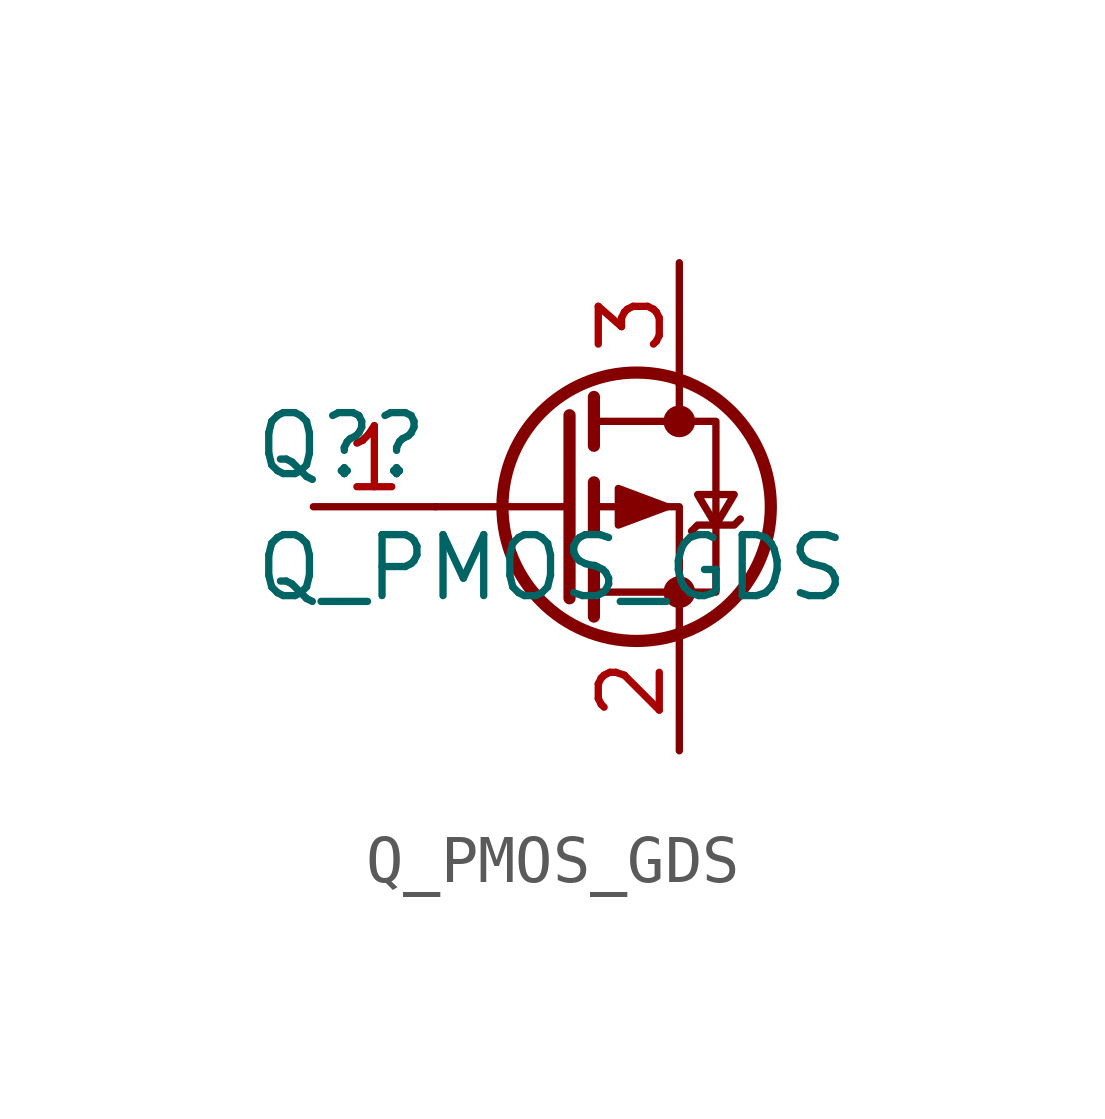
<source format=kicad_sym>
(kicad_symbol_lib
  (version 20211014)
  (generator kicad_symbol_editor)
  (symbol "Q_PMOS_GDS"
    (pin_names
      (offset 0) hide)
    (property "Reference" "Q?"
      (at -6.35 1.27 0)
      (effects (font (size 1.27 1.27)) (justify left)))
    (property "Value" "Q_PMOS_GDS"
      (at -6.35 -1.27 0)
      (effects (font (size 1.27 1.27)) (justify left)))
    (symbol "Q_PMOS_GDS_0_1"
      (polyline (pts (xy 0.254 0) (xy -2.54 0)) (stroke (width 0) (type default) (color 0 0 0 0)) (fill (type none)))
      (polyline (pts (xy 0.254 1.905) (xy 0.254 -1.905)) (stroke (width 0.254) (type default) (color 0 0 0 0)) (fill (type none)))
      (polyline (pts (xy 0.762 -1.27) (xy 0.762 -2.286)) (stroke (width 0.254) (type default) (color 0 0 0 0)) (fill (type none)))
      (polyline (pts (xy 0.762 0.508) (xy 0.762 -0.508)) (stroke (width 0.254) (type default) (color 0 0 0 0)) (fill (type none)))
      (polyline (pts (xy 0.762 2.286) (xy 0.762 1.27)) (stroke (width 0.254) (type default) (color 0 0 0 0)) (fill (type none)))
      (polyline (pts (xy 2.54 2.54) (xy 2.54 1.778)) (stroke (width 0) (type default) (color 0 0 0 0)) (fill (type none)))
      (polyline (pts (xy 2.54 -2.54) (xy 2.54 0) (xy 0.762 0)) (stroke (width 0) (type default) (color 0 0 0 0)) (fill (type none)))
      (polyline (pts (xy 0.762 1.778) (xy 3.302 1.778) (xy 3.302 -1.778) (xy 0.762 -1.778)) (stroke (width 0) (type default) (color 0 0 0 0)) (fill (type none)))
      (polyline (pts (xy 2.286 0) (xy 1.27 0.381) (xy 1.27 -0.381) (xy 2.286 0)) (stroke (width 0) (type default) (color 0 0 0 0)) (fill (type outline)))
      (polyline (pts (xy 2.794 -0.508) (xy 2.921 -0.381) (xy 3.683 -0.381) (xy 3.81 -0.254)) (stroke (width 0) (type default) (color 0 0 0 0)) (fill (type none)))
      (polyline (pts (xy 3.302 -0.381) (xy 2.921 0.254) (xy 3.683 0.254) (xy 3.302 -0.381)) (stroke (width 0) (type default) (color 0 0 0 0)) (fill (type none)))
      (circle (center 1.651 0) (radius 2.794) (stroke (width 0.254) (type default) (color 0 0 0 0)) (fill (type none)))
      (circle (center 2.54 -1.778) (radius 0.254) (stroke (width 0) (type default) (color 0 0 0 0)) (fill (type outline)))
      (circle (center 2.54 1.778) (radius 0.254) (stroke (width 0) (type default) (color 0 0 0 0)) (fill (type outline))))
    (symbol "Q_PMOS_GDS_1_1"
      (pin input line (at -5.08 0 0) (length 2.54) (name "G" (effects (font (size 1.27 1.27)))) (number "1" (effects (font (size 1.27 1.27)))))
      (pin passive line (at 2.54 -5.08 90) (length 2.54) (name "S" (effects (font (size 1.27 1.27)))) (number "2" (effects (font (size 1.27 1.27)))))
      (pin passive line (at 2.54 5.08 270) (length 2.54) (name "D" (effects (font (size 1.27 1.27)))) (number "3" (effects (font (size 1.27 1.27))))))))
</source>
